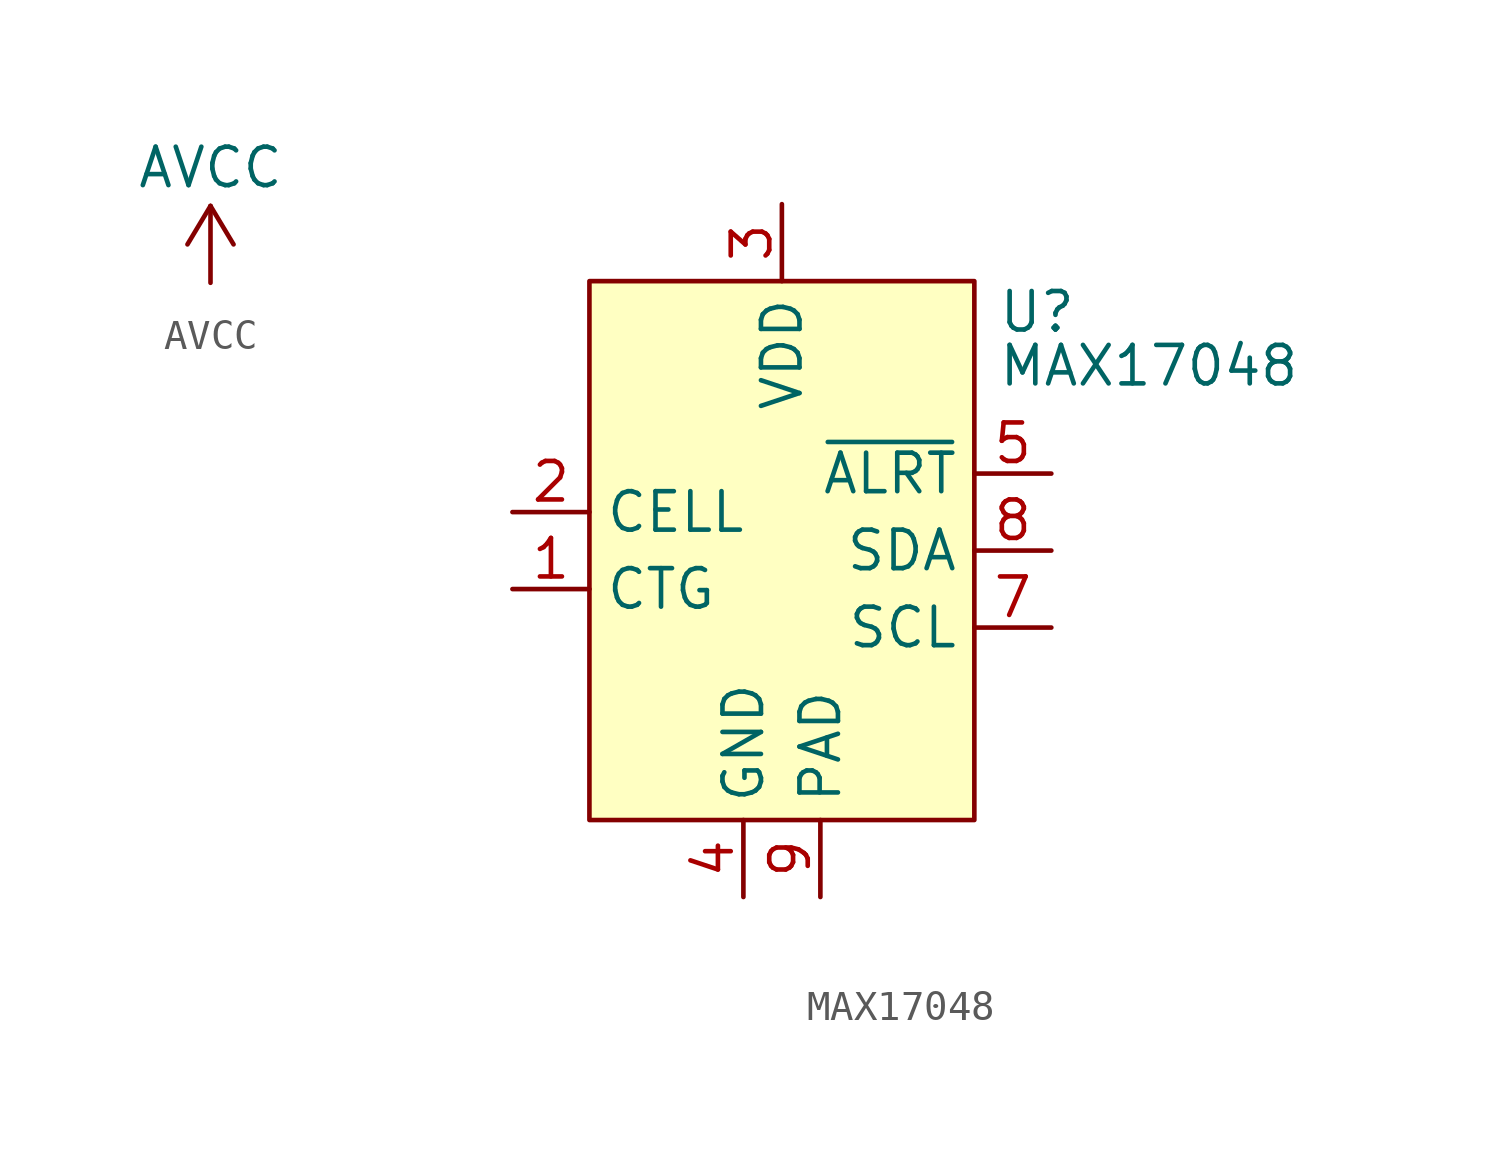
<source format=kicad_sym>
(kicad_symbol_lib
  (version 20231120)
  (generator "kicad_symbol_editor")
  (generator_version "8.0")
  (symbol "AVCC"
    (power)
    (pin_names
      (offset 0))
    (property "Reference" "#PWR"
      (at 0 -3.81 0)
      (effects (font (size 1.27 1.27)) (hide yes)))
    (property "Value" "AVCC"
      (at 0 3.81 0)
      (effects (font (size 1.27 1.27))))
    (symbol "AVCC_0_1"
      (polyline (pts (xy -0.762 1.27) (xy 0 2.54)) (stroke (width 0) (type default)) (fill (type none)))
      (polyline (pts (xy 0 0) (xy 0 2.54)) (stroke (width 0) (type default)) (fill (type none)))
      (polyline (pts (xy 0 2.54) (xy 0.762 1.27)) (stroke (width 0) (type default)) (fill (type none))))
    (symbol "AVCC_1_1"
      (pin power_in line (at 0 0 90) (length 0) hide (name "VSYS" (effects (font (size 1.27 1.27)))) (number "1" (effects (font (size 1.27 1.27)))))))
  (symbol "MAX17048"
    (property "Reference" "U"
      (at 7.112 7.874 0)
      (effects (font (size 1.27 1.27)) (justify left)))
    (property "Value" "MAX17048"
      (at 7.112 6.096 0)
      (effects (font (size 1.27 1.27)) (justify left)))
    (symbol "MAX17048_1_1"
      (rectangle (start -6.35 8.89) (end 6.35 -8.89) (stroke (width 0) (type default)) (fill (type background)))
      (pin output line (at -8.89 -1.27 0) (length 2.54) (name "CTG" (effects (font (size 1.27 1.27)))) (number "1" (effects (font (size 1.27 1.27)))))
      (pin input line (at -8.89 1.27 0) (length 2.54) (name "CELL" (effects (font (size 1.27 1.27)))) (number "2" (effects (font (size 1.27 1.27)))))
      (pin power_in line (at 0 11.43 270) (length 2.54) (name "VDD" (effects (font (size 1.27 1.27)))) (number "3" (effects (font (size 1.27 1.27)))))
      (pin power_in line (at -1.27 -11.43 90) (length 2.54) (name "GND" (effects (font (size 1.27 1.27)))) (number "4" (effects (font (size 1.27 1.27)))))
      (pin output line (at 8.89 2.54 180) (length 2.54) (name "~{ALRT}" (effects (font (size 1.27 1.27)))) (number "5" (effects (font (size 1.27 1.27)))))
      (pin input line (at 8.89 -2.54 180) (length 2.54) (name "SCL" (effects (font (size 1.27 1.27)))) (number "7" (effects (font (size 1.27 1.27)))))
      (pin bidirectional line (at 8.89 0 180) (length 2.54) (name "SDA" (effects (font (size 1.27 1.27)))) (number "8" (effects (font (size 1.27 1.27)))))
      (pin power_in line (at 1.27 -11.43 90) (length 2.54) (name "PAD" (effects (font (size 1.27 1.27)))) (number "9" (effects (font (size 1.27 1.27))))))))
</source>
